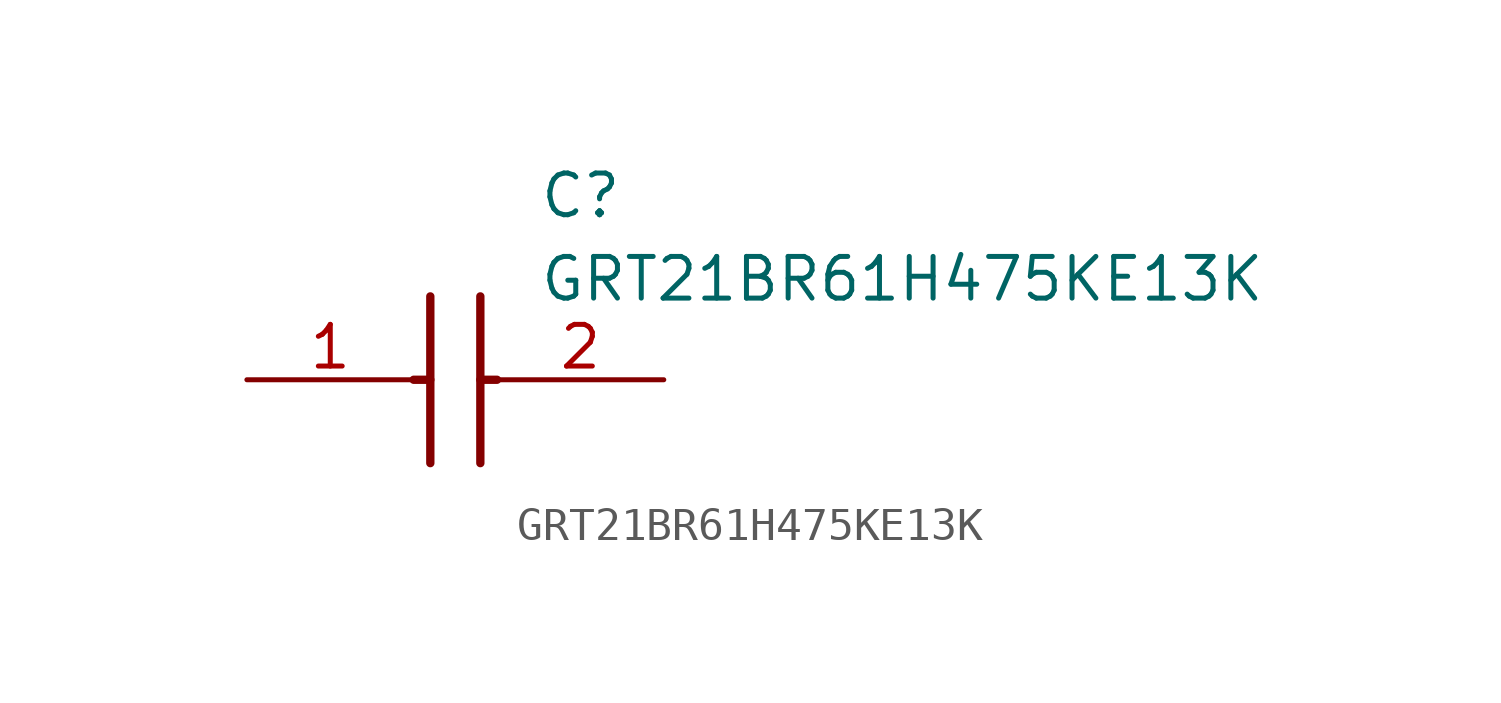
<source format=kicad_sym>
(kicad_symbol_lib
  (version 20211014)
  (generator SamacSys_ECAD_Model)
  (symbol "GRT21BR61H475KE13K"
    (pin_names hide)
    (property "Reference" "C"
      (at 8.89 6.35 0)
      (effects (font (size 1.27 1.27)) (justify left top)))
    (property "Value" "GRT21BR61H475KE13K"
      (at 8.89 3.81 0)
      (effects (font (size 1.27 1.27)) (justify left top)))
    (polyline
      (pts (xy 5.588 2.54) (xy 5.588 -2.54))
      (stroke (width 0.254) (type default))
      (fill (type none)))
    (polyline
      (pts (xy 7.112 2.54) (xy 7.112 -2.54))
      (stroke (width 0.254) (type default))
      (fill (type none)))
    (polyline
      (pts (xy 5.08 0) (xy 5.588 0))
      (stroke (width 0.254) (type default))
      (fill (type none)))
    (polyline
      (pts (xy 7.112 0) (xy 7.62 0))
      (stroke (width 0.254) (type default))
      (fill (type none)))
    (pin passive line
      (at 0 0 0)
      (length 5.08)
      (name "1" (effects (font (size 1.27 1.27))))
      (number "1" (effects (font (size 1.27 1.27)))))
    (pin passive line
      (at 12.7 0 180)
      (length 5.08)
      (name "2" (effects (font (size 1.27 1.27))))
      (number "2" (effects (font (size 1.27 1.27)))))))
</source>
